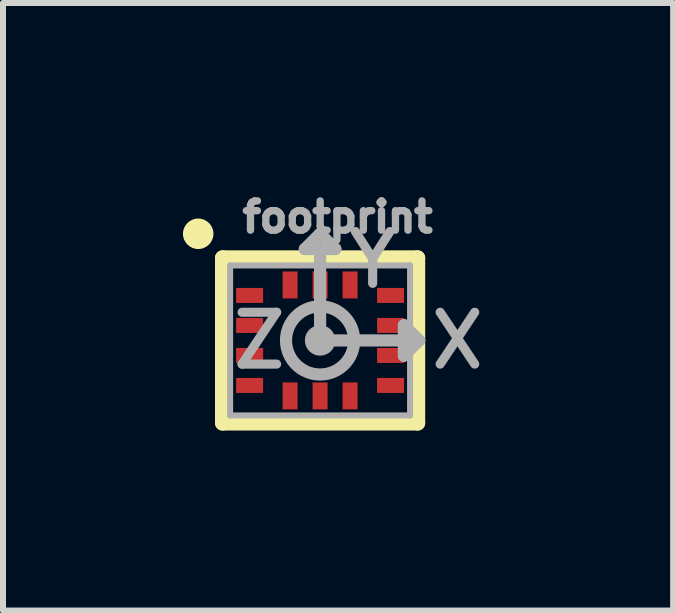
<source format=kicad_pcb>
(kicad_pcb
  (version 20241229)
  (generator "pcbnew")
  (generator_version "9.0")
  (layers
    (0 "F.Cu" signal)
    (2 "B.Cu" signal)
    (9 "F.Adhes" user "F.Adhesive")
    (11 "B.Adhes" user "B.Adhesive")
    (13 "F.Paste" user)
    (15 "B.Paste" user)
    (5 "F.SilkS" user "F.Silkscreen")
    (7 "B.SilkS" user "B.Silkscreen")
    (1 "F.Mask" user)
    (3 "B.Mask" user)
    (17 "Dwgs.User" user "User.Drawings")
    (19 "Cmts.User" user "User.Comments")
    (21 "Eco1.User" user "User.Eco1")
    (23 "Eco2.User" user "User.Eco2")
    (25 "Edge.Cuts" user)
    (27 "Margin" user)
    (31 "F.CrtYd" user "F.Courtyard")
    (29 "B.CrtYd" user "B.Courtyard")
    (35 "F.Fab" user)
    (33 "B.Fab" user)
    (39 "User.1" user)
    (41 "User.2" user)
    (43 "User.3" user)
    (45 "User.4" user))
  (footprint "footprint"
    (layer "F.Cu")
    (at 2.286 2.625)
    (property "Reference" "footprint" (at -1.357 -1.772 0) (layer "F.Fab") (effects (font (size 0.488 0.488) (thickness 0.122)) (justify left bottom)))
    (fp_line (start -1.625 -1.375) (end 1.625 -1.375) (stroke (width 0.254) (type solid)) (layer "F.SilkS"))
    (fp_line (start -1.625 1.375) (end -1.625 -1.375) (stroke (width 0.254) (type solid)) (layer "F.SilkS"))
    (fp_line (start 1.625 -1.375) (end 1.625 1.375) (stroke (width 0.254) (type solid)) (layer "F.SilkS"))
    (fp_line (start 1.625 1.375) (end -1.625 1.375) (stroke (width 0.254) (type solid)) (layer "F.SilkS"))
    (fp_circle (center -2.032 -1.778) (end -1.905 -1.778) (stroke (width 0.254) (type solid)) (fill yes) (layer "F.SilkS"))
    (fp_line (start -1.5 -1.25) (end -1.5 1.25) (stroke (width 0.1) (type solid)) (layer "F.Fab"))
    (fp_line (start -1.5 1.25) (end 1.5 1.25) (stroke (width 0.1) (type solid)) (layer "F.Fab"))
    (fp_line (start -0.254 -1.524) (end 0 -1.778) (stroke (width 0.203) (type solid)) (layer "F.Fab"))
    (fp_line (start 0 -1.778) (end 0.254 -1.524) (stroke (width 0.203) (type solid)) (layer "F.Fab"))
    (fp_line (start 0 -1.524) (end -0.254 -1.524) (stroke (width 0.203) (type solid)) (layer "F.Fab"))
    (fp_line (start 0 -0.254) (end 0 -1.524) (stroke (width 0.203) (type solid)) (layer "F.Fab"))
    (fp_line (start 0.127 0) (end 1.397 0) (stroke (width 0.203) (type solid)) (layer "F.Fab"))
    (fp_line (start 0.254 -1.524) (end 0 -1.524) (stroke (width 0.203) (type solid)) (layer "F.Fab"))
    (fp_line (start 1.397 -0.254) (end 1.651 0) (stroke (width 0.203) (type solid)) (layer "F.Fab"))
    (fp_line (start 1.397 0) (end 1.397 -0.254) (stroke (width 0.203) (type solid)) (layer "F.Fab"))
    (fp_line (start 1.397 0.254) (end 1.397 0) (stroke (width 0.203) (type solid)) (layer "F.Fab"))
    (fp_line (start 1.5 -1.25) (end -1.5 -1.25) (stroke (width 0.1) (type solid)) (layer "F.Fab"))
    (fp_line (start 1.5 1.25) (end 1.5 -1.25) (stroke (width 0.1) (type solid)) (layer "F.Fab"))
    (fp_line (start 1.651 0) (end 1.397 0.254) (stroke (width 0.203) (type solid)) (layer "F.Fab"))
    (fp_circle (center 0 0) (end 0.127 0) (stroke (width 0.254) (type solid)) (fill no) (layer "F.Fab"))
    (fp_circle (center 0 0) (end 0.568 0) (stroke (width 0.203) (type solid)) (fill no) (layer "F.Fab"))
    (fp_text user "X" (at 1.778 0.508 0) (layer "F.Fab") (effects (font (size 0.864 0.864) (thickness 0.152)) (justify left bottom)))
    (fp_text user "Z" (at -1.524 0.508 0) (layer "F.Fab") (effects (font (size 0.864 0.864) (thickness 0.152)) (justify left bottom)))
    (fp_text user "Y" (at 0.406 -0.838 0) (layer "F.Fab") (effects (font (size 0.864 0.864) (thickness 0.152)) (justify left bottom)))
    (pad "1" smd rect (at -1.175 -0.75 180) (size 0.45 0.25) (layers "F.Cu" "F.Mask" "F.Paste"))
    (pad "2" smd rect (at -1.175 -0.25 180) (size 0.45 0.25) (layers "F.Cu" "F.Mask" "F.Paste"))
    (pad "3" smd rect (at -1.175 0.25 180) (size 0.45 0.25) (layers "F.Cu" "F.Mask" "F.Paste"))
    (pad "4" smd rect (at -1.175 0.75 180) (size 0.45 0.25) (layers "F.Cu" "F.Mask" "F.Paste"))
    (pad "5" smd rect (at -0.5 0.925 90) (size 0.45 0.25) (layers "F.Cu" "F.Mask" "F.Paste"))
    (pad "6" smd rect (at 0 0.925 90) (size 0.45 0.25) (layers "F.Cu" "F.Mask" "F.Paste"))
    (pad "7" smd rect (at 0.5 0.925 90) (size 0.45 0.25) (layers "F.Cu" "F.Mask" "F.Paste"))
    (pad "8" smd rect (at 1.175 0.75 180) (size 0.45 0.25) (layers "F.Cu" "F.Mask" "F.Paste"))
    (pad "9" smd rect (at 1.175 0.25 180) (size 0.45 0.25) (layers "F.Cu" "F.Mask" "F.Paste"))
    (pad "10" smd rect (at 1.175 -0.25 180) (size 0.45 0.25) (layers "F.Cu" "F.Mask" "F.Paste"))
    (pad "11" smd rect (at 1.175 -0.75 180) (size 0.45 0.25) (layers "F.Cu" "F.Mask" "F.Paste"))
    (pad "12" smd rect (at 0.5 -0.925 90) (size 0.45 0.25) (layers "F.Cu" "F.Mask" "F.Paste"))
    (pad "13" smd rect (at 0 -0.925 90) (size 0.45 0.25) (layers "F.Cu" "F.Mask" "F.Paste"))
    (pad "14" smd rect (at -0.5 -0.925 90) (size 0.45 0.25) (layers "F.Cu" "F.Mask" "F.Paste"))
    (zone (net_name "") (layer "F.Cu") (hatch edge 0.508) (connect_pads) (min_thickness 0.254) (filled_areas_thickness no) (keepout (tracks not_allowed) (vias not_allowed) (pads not_allowed) (copperpour not_allowed) (footprints allowed)) (placement (enabled no)) (fill) (polygon (pts (xy 0.786 1.645) (xy 1.546 1.645) (xy 1.546 1.375) (xy 0.786 1.375))))
    (zone (net_name "") (layer "F.Cu") (hatch edge 0.508) (connect_pads) (min_thickness 0.254) (filled_areas_thickness no) (keepout (tracks not_allowed) (vias not_allowed) (pads not_allowed) (copperpour not_allowed) (footprints allowed)) (placement (enabled no)) (fill) (polygon (pts (xy 0.786 3.875) (xy 1.546 3.875) (xy 1.546 3.605) (xy 0.786 3.605))))
    (zone (net_name "") (layer "F.Cu") (hatch edge 0.508) (connect_pads) (min_thickness 0.254) (filled_areas_thickness no) (keepout (tracks not_allowed) (vias not_allowed) (pads not_allowed) (copperpour not_allowed) (footprints allowed)) (placement (enabled no)) (fill) (polygon (pts (xy 1.456 2.045) (xy 1.546 2.045) (xy 1.546 1.645) (xy 1.456 1.645))))
    (zone (net_name "") (layer "F.Cu") (hatch edge 0.508) (connect_pads) (min_thickness 0.254) (filled_areas_thickness no) (keepout (tracks not_allowed) (vias not_allowed) (pads not_allowed) (copperpour not_allowed) (footprints allowed)) (placement (enabled no)) (fill) (polygon (pts (xy 1.456 3.205) (xy 3.116 3.205) (xy 3.116 2.045) (xy 1.456 2.045))))
    (zone (net_name "") (layer "F.Cu") (hatch edge 0.508) (connect_pads) (min_thickness 0.254) (filled_areas_thickness no) (keepout (tracks not_allowed) (vias not_allowed) (pads not_allowed) (copperpour not_allowed) (footprints allowed)) (placement (enabled no)) (fill) (polygon (pts (xy 1.456 3.605) (xy 1.546 3.605) (xy 1.546 3.205) (xy 1.456 3.205))))
    (zone (net_name "") (layer "F.Cu") (hatch edge 0.508) (connect_pads) (min_thickness 0.254) (filled_areas_thickness no) (keepout (tracks not_allowed) (vias not_allowed) (pads not_allowed) (copperpour not_allowed) (footprints allowed)) (placement (enabled no)) (fill) (polygon (pts (xy 3.026 1.645) (xy 3.786 1.645) (xy 3.786 1.375) (xy 3.026 1.375))))
    (zone (net_name "") (layer "F.Cu") (hatch edge 0.508) (connect_pads) (min_thickness 0.254) (filled_areas_thickness no) (keepout (tracks not_allowed) (vias not_allowed) (pads not_allowed) (copperpour not_allowed) (footprints allowed)) (placement (enabled no)) (fill) (polygon (pts (xy 3.026 2.045) (xy 3.116 2.045) (xy 3.116 1.645) (xy 3.026 1.645))))
    (zone (net_name "") (layer "F.Cu") (hatch edge 0.508) (connect_pads) (min_thickness 0.254) (filled_areas_thickness no) (keepout (tracks not_allowed) (vias not_allowed) (pads not_allowed) (copperpour not_allowed) (footprints allowed)) (placement (enabled no)) (fill) (polygon (pts (xy 3.026 3.605) (xy 3.116 3.605) (xy 3.116 3.205) (xy 3.026 3.205))))
    (zone (net_name "") (layer "F.Cu") (hatch edge 0.508) (connect_pads) (min_thickness 0.254) (filled_areas_thickness no) (keepout (tracks not_allowed) (vias not_allowed) (pads not_allowed) (copperpour not_allowed) (footprints allowed)) (placement (enabled no)) (fill) (polygon (pts (xy 3.026 3.875) (xy 3.786 3.875) (xy 3.786 3.605) (xy 3.026 3.605)))))
  (gr_rect
    (start -3 -3)
    (end 8.171 7.127)
    (stroke (width 0.1) (type default))
    (fill no)
    (layer "Edge.Cuts")))
</source>
